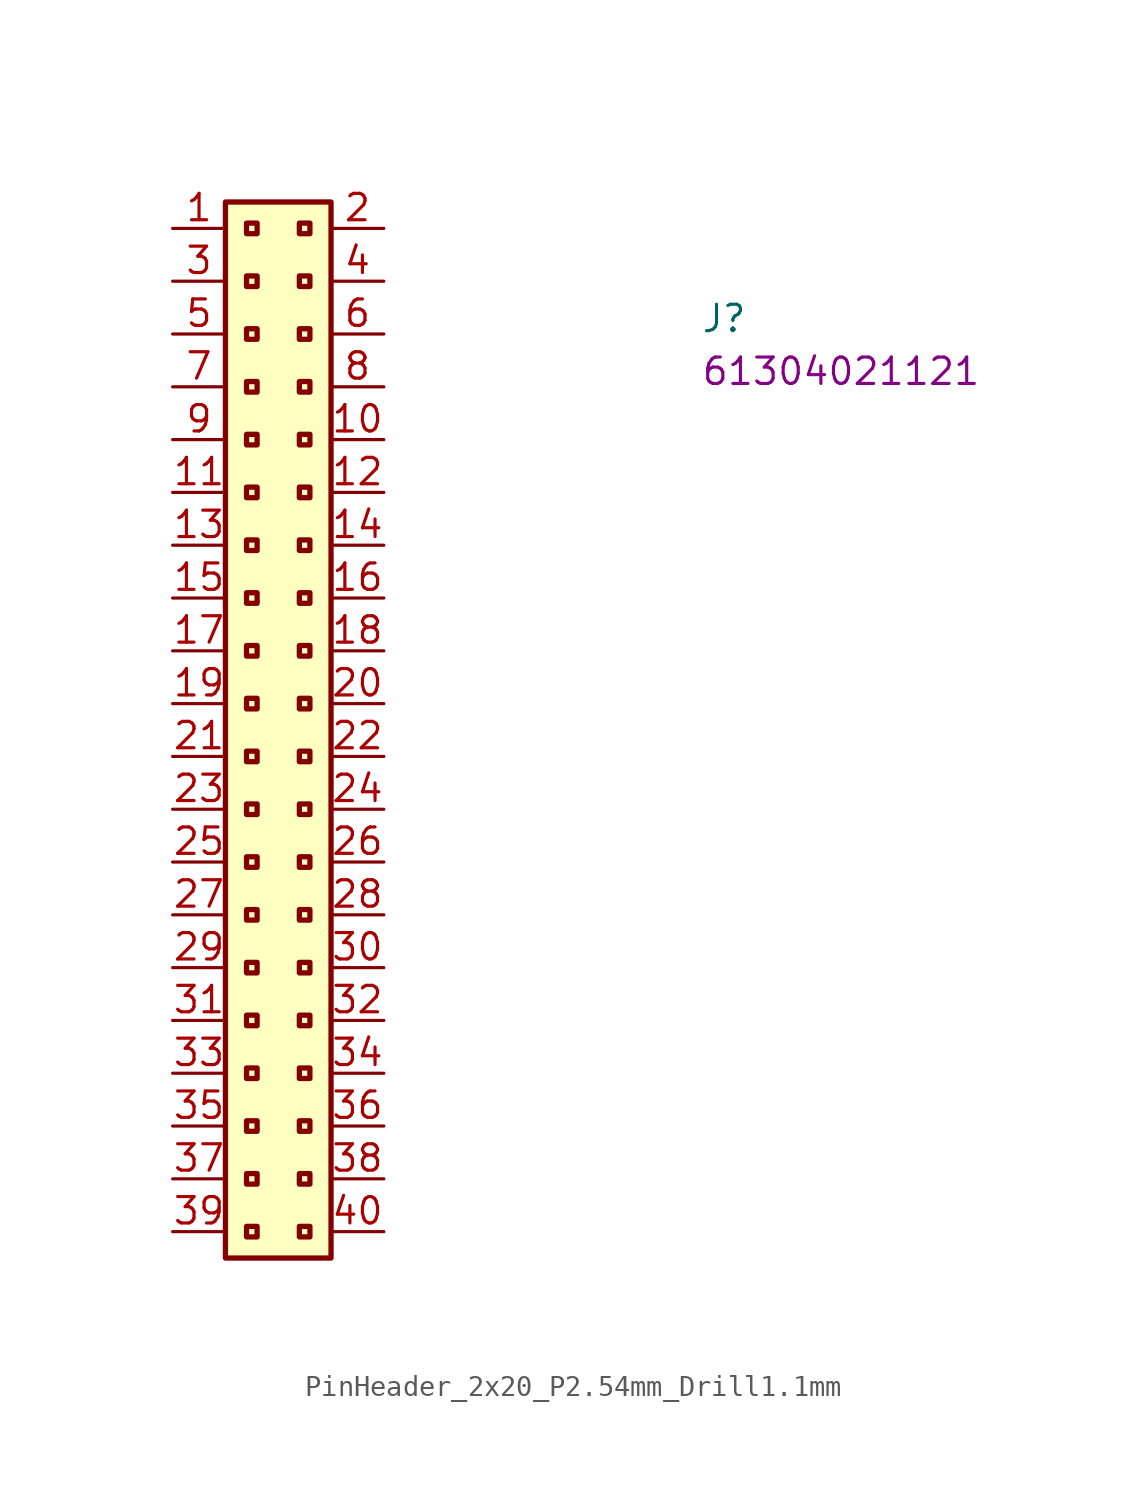
<source format=kicad_sym>
(kicad_symbol_lib
  (version 20220914)
  (generator kicad_symbol_editor)
  (symbol "PinHeader_2x20_P2.54mm_Drill1.1mm"
    (property "Reference" "J"
      (at 25.4 -5.08 0)
      (effects (font (size 1.27 1.27) (thickness 0.15)) (justify left bottom)))
    (property "MPN" "61304021121"
      (at 25.4 -7.62 0)
      (effects (font (size 1.27 1.27) (thickness 0.15)) (justify left bottom)))
    (symbol "PinHeader_2x20_P2.54mm_Drill1.1mm_1_1"
      (rectangle (start 2.54 1.27) (end 7.62 -49.53) (stroke (width 0.254) (type default)) (fill (type background)))
      (rectangle (start 3.556 -48.006) (end 4.064 -48.514) (stroke (width 0.254) (type default)) (fill (type background)))
      (rectangle (start 3.556 -45.466) (end 4.064 -45.974) (stroke (width 0.254) (type default)) (fill (type background)))
      (rectangle (start 3.556 -42.926) (end 4.064 -43.434) (stroke (width 0.254) (type default)) (fill (type background)))
      (rectangle (start 3.556 -40.386) (end 4.064 -40.894) (stroke (width 0.254) (type default)) (fill (type background)))
      (rectangle (start 3.556 -37.846) (end 4.064 -38.354) (stroke (width 0.254) (type default)) (fill (type background)))
      (rectangle (start 3.556 -35.306) (end 4.064 -35.814) (stroke (width 0.254) (type default)) (fill (type background)))
      (rectangle (start 3.556 -32.766) (end 4.064 -33.274) (stroke (width 0.254) (type default)) (fill (type background)))
      (rectangle (start 3.556 -30.226) (end 4.064 -30.734) (stroke (width 0.254) (type default)) (fill (type background)))
      (rectangle (start 3.556 -27.686) (end 4.064 -28.194) (stroke (width 0.254) (type default)) (fill (type background)))
      (rectangle (start 3.556 -25.146) (end 4.064 -25.654) (stroke (width 0.254) (type default)) (fill (type background)))
      (rectangle (start 3.556 -22.606) (end 4.064 -23.114) (stroke (width 0.254) (type default)) (fill (type background)))
      (rectangle (start 3.556 -20.066) (end 4.064 -20.574) (stroke (width 0.254) (type default)) (fill (type background)))
      (rectangle (start 3.556 -17.526) (end 4.064 -18.034) (stroke (width 0.254) (type default)) (fill (type background)))
      (rectangle (start 3.556 -14.986) (end 4.064 -15.494) (stroke (width 0.254) (type default)) (fill (type background)))
      (rectangle (start 3.556 -12.446) (end 4.064 -12.954) (stroke (width 0.254) (type default)) (fill (type background)))
      (rectangle (start 3.556 -9.906) (end 4.064 -10.414) (stroke (width 0.254) (type default)) (fill (type background)))
      (rectangle (start 3.556 -7.366) (end 4.064 -7.874) (stroke (width 0.254) (type default)) (fill (type background)))
      (rectangle (start 3.556 -4.826) (end 4.064 -5.334) (stroke (width 0.254) (type default)) (fill (type background)))
      (rectangle (start 3.556 -2.286) (end 4.064 -2.794) (stroke (width 0.254) (type default)) (fill (type background)))
      (rectangle (start 3.556 0.254) (end 4.064 -0.254) (stroke (width 0.254) (type default)) (fill (type background)))
      (rectangle (start 6.096 -48.006) (end 6.604 -48.514) (stroke (width 0.254) (type default)) (fill (type background)))
      (rectangle (start 6.096 -45.466) (end 6.604 -45.974) (stroke (width 0.254) (type default)) (fill (type background)))
      (rectangle (start 6.096 -42.926) (end 6.604 -43.434) (stroke (width 0.254) (type default)) (fill (type background)))
      (rectangle (start 6.096 -40.386) (end 6.604 -40.894) (stroke (width 0.254) (type default)) (fill (type background)))
      (rectangle (start 6.096 -37.846) (end 6.604 -38.354) (stroke (width 0.254) (type default)) (fill (type background)))
      (rectangle (start 6.096 -35.306) (end 6.604 -35.814) (stroke (width 0.254) (type default)) (fill (type background)))
      (rectangle (start 6.096 -32.766) (end 6.604 -33.274) (stroke (width 0.254) (type default)) (fill (type background)))
      (rectangle (start 6.096 -30.226) (end 6.604 -30.734) (stroke (width 0.254) (type default)) (fill (type background)))
      (rectangle (start 6.096 -27.686) (end 6.604 -28.194) (stroke (width 0.254) (type default)) (fill (type background)))
      (rectangle (start 6.096 -25.146) (end 6.604 -25.654) (stroke (width 0.254) (type default)) (fill (type background)))
      (rectangle (start 6.096 -22.606) (end 6.604 -23.114) (stroke (width 0.254) (type default)) (fill (type background)))
      (rectangle (start 6.096 -20.066) (end 6.604 -20.574) (stroke (width 0.254) (type default)) (fill (type background)))
      (rectangle (start 6.096 -17.526) (end 6.604 -18.034) (stroke (width 0.254) (type default)) (fill (type background)))
      (rectangle (start 6.096 -14.986) (end 6.604 -15.494) (stroke (width 0.254) (type default)) (fill (type background)))
      (rectangle (start 6.096 -12.446) (end 6.604 -12.954) (stroke (width 0.254) (type default)) (fill (type background)))
      (rectangle (start 6.096 -9.906) (end 6.604 -10.414) (stroke (width 0.254) (type default)) (fill (type background)))
      (rectangle (start 6.096 -7.366) (end 6.604 -7.874) (stroke (width 0.254) (type default)) (fill (type background)))
      (rectangle (start 6.096 -4.826) (end 6.604 -5.334) (stroke (width 0.254) (type default)) (fill (type background)))
      (rectangle (start 6.096 -2.286) (end 6.604 -2.794) (stroke (width 0.254) (type default)) (fill (type background)))
      (rectangle (start 6.096 0.254) (end 6.604 -0.254) (stroke (width 0.254) (type default)) (fill (type background)))
      (text "" (at 2.54 -48.26 0) (effects (font (size 1.27 1.27) (thickness 0.15)) (justify left bottom)))
      (text "" (at 2.54 -43.18 0) (effects (font (size 1.27 1.27) (thickness 0.15)) (justify left bottom)))
      (text "" (at 2.54 -40.64 0) (effects (font (size 1.27 1.27) (thickness 0.15)) (justify left bottom)))
      (text "" (at 2.54 -40.64 0) (effects (font (size 1.27 1.27) (thickness 0.15)) (justify left bottom)))
      (pin passive line (at 0 0 0) (length 2.54) (name "~" (effects (font (size 1.27 1.27)))) (number "1" (effects (font (size 1.27 1.27)))))
      (pin passive line (at 10.16 -10.16 180) (length 2.54) (name "~" (effects (font (size 1.27 1.27)))) (number "10" (effects (font (size 1.27 1.27)))))
      (pin passive line (at 0 -12.7 0) (length 2.54) (name "~" (effects (font (size 1.27 1.27)))) (number "11" (effects (font (size 1.27 1.27)))))
      (pin passive line (at 10.16 -12.7 180) (length 2.54) (name "~" (effects (font (size 1.27 1.27)))) (number "12" (effects (font (size 1.27 1.27)))))
      (pin passive line (at 0 -15.24 0) (length 2.54) (name "~" (effects (font (size 1.27 1.27)))) (number "13" (effects (font (size 1.27 1.27)))))
      (pin passive line (at 10.16 -15.24 180) (length 2.54) (name "~" (effects (font (size 1.27 1.27)))) (number "14" (effects (font (size 1.27 1.27)))))
      (pin passive line (at 0 -17.78 0) (length 2.54) (name "~" (effects (font (size 1.27 1.27)))) (number "15" (effects (font (size 1.27 1.27)))))
      (pin passive line (at 10.16 -17.78 180) (length 2.54) (name "~" (effects (font (size 1.27 1.27)))) (number "16" (effects (font (size 1.27 1.27)))))
      (pin passive line (at 0 -20.32 0) (length 2.54) (name "~" (effects (font (size 1.27 1.27)))) (number "17" (effects (font (size 1.27 1.27)))))
      (pin passive line (at 10.16 -20.32 180) (length 2.54) (name "~" (effects (font (size 1.27 1.27)))) (number "18" (effects (font (size 1.27 1.27)))))
      (pin passive line (at 0 -22.86 0) (length 2.54) (name "~" (effects (font (size 1.27 1.27)))) (number "19" (effects (font (size 1.27 1.27)))))
      (pin passive line (at 10.16 0 180) (length 2.54) (name "~" (effects (font (size 1.27 1.27)))) (number "2" (effects (font (size 1.27 1.27)))))
      (pin passive line (at 10.16 -22.86 180) (length 2.54) (name "~" (effects (font (size 1.27 1.27)))) (number "20" (effects (font (size 1.27 1.27)))))
      (pin passive line (at 0 -25.4 0) (length 2.54) (name "~" (effects (font (size 1.27 1.27)))) (number "21" (effects (font (size 1.27 1.27)))))
      (pin passive line (at 10.16 -25.4 180) (length 2.54) (name "~" (effects (font (size 1.27 1.27)))) (number "22" (effects (font (size 1.27 1.27)))))
      (pin passive line (at 0 -27.94 0) (length 2.54) (name "~" (effects (font (size 1.27 1.27)))) (number "23" (effects (font (size 1.27 1.27)))))
      (pin passive line (at 10.16 -27.94 180) (length 2.54) (name "~" (effects (font (size 1.27 1.27)))) (number "24" (effects (font (size 1.27 1.27)))))
      (pin passive line (at 0 -30.48 0) (length 2.54) (name "~" (effects (font (size 1.27 1.27)))) (number "25" (effects (font (size 1.27 1.27)))))
      (pin passive line (at 10.16 -30.48 180) (length 2.54) (name "~" (effects (font (size 1.27 1.27)))) (number "26" (effects (font (size 1.27 1.27)))))
      (pin passive line (at 0 -33.02 0) (length 2.54) (name "~" (effects (font (size 1.27 1.27)))) (number "27" (effects (font (size 1.27 1.27)))))
      (pin passive line (at 10.16 -33.02 180) (length 2.54) (name "~" (effects (font (size 1.27 1.27)))) (number "28" (effects (font (size 1.27 1.27)))))
      (pin passive line (at 0 -35.56 0) (length 2.54) (name "~" (effects (font (size 1.27 1.27)))) (number "29" (effects (font (size 1.27 1.27)))))
      (pin passive line (at 0 -2.54 0) (length 2.54) (name "~" (effects (font (size 1.27 1.27)))) (number "3" (effects (font (size 1.27 1.27)))))
      (pin passive line (at 10.16 -35.56 180) (length 2.54) (name "~" (effects (font (size 1.27 1.27)))) (number "30" (effects (font (size 1.27 1.27)))))
      (pin passive line (at 0 -38.1 0) (length 2.54) (name "~" (effects (font (size 1.27 1.27)))) (number "31" (effects (font (size 1.27 1.27)))))
      (pin passive line (at 10.16 -38.1 180) (length 2.54) (name "~" (effects (font (size 1.27 1.27)))) (number "32" (effects (font (size 1.27 1.27)))))
      (pin passive line (at 0 -40.64 0) (length 2.54) (name "~" (effects (font (size 1.27 1.27)))) (number "33" (effects (font (size 1.27 1.27)))))
      (pin passive line (at 10.16 -40.64 180) (length 2.54) (name "~" (effects (font (size 1.27 1.27)))) (number "34" (effects (font (size 1.27 1.27)))))
      (pin passive line (at 0 -43.18 0) (length 2.54) (name "~" (effects (font (size 1.27 1.27)))) (number "35" (effects (font (size 1.27 1.27)))))
      (pin passive line (at 10.16 -43.18 180) (length 2.54) (name "~" (effects (font (size 1.27 1.27)))) (number "36" (effects (font (size 1.27 1.27)))))
      (pin passive line (at 0 -45.72 0) (length 2.54) (name "~" (effects (font (size 1.27 1.27)))) (number "37" (effects (font (size 1.27 1.27)))))
      (pin passive line (at 10.16 -45.72 180) (length 2.54) (name "~" (effects (font (size 1.27 1.27)))) (number "38" (effects (font (size 1.27 1.27)))))
      (pin passive line (at 0 -48.26 0) (length 2.54) (name "~" (effects (font (size 1.27 1.27)))) (number "39" (effects (font (size 1.27 1.27)))))
      (pin passive line (at 10.16 -2.54 180) (length 2.54) (name "~" (effects (font (size 1.27 1.27)))) (number "4" (effects (font (size 1.27 1.27)))))
      (pin passive line (at 10.16 -48.26 180) (length 2.54) (name "~" (effects (font (size 1.27 1.27)))) (number "40" (effects (font (size 1.27 1.27)))))
      (pin passive line (at 0 -5.08 0) (length 2.54) (name "~" (effects (font (size 1.27 1.27)))) (number "5" (effects (font (size 1.27 1.27)))))
      (pin passive line (at 10.16 -5.08 180) (length 2.54) (name "~" (effects (font (size 1.27 1.27)))) (number "6" (effects (font (size 1.27 1.27)))))
      (pin passive line (at 0 -7.62 0) (length 2.54) (name "~" (effects (font (size 1.27 1.27)))) (number "7" (effects (font (size 1.27 1.27)))))
      (pin passive line (at 10.16 -7.62 180) (length 2.54) (name "~" (effects (font (size 1.27 1.27)))) (number "8" (effects (font (size 1.27 1.27)))))
      (pin passive line (at 0 -10.16 0) (length 2.54) (name "~" (effects (font (size 1.27 1.27)))) (number "9" (effects (font (size 1.27 1.27))))))))
</source>
